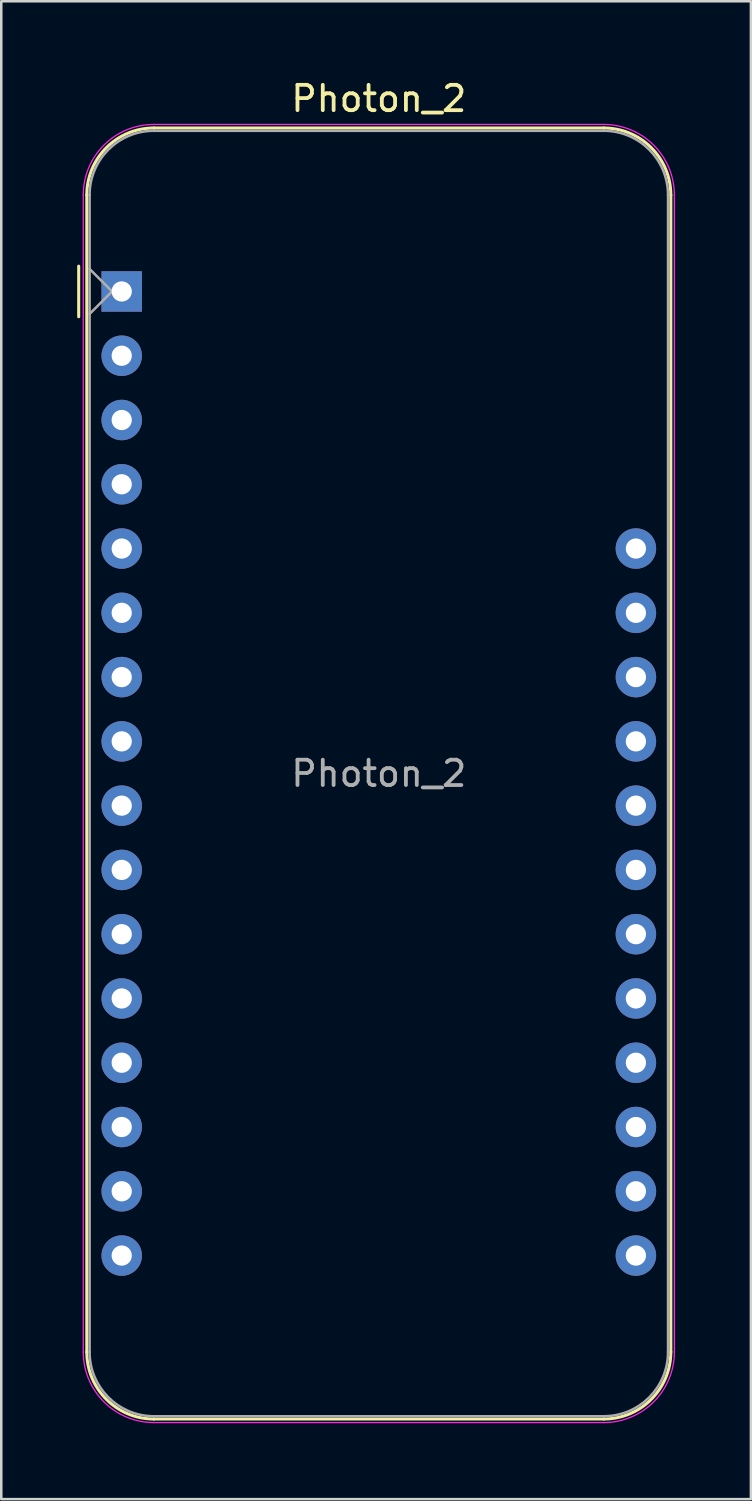
<source format=kicad_pcb>
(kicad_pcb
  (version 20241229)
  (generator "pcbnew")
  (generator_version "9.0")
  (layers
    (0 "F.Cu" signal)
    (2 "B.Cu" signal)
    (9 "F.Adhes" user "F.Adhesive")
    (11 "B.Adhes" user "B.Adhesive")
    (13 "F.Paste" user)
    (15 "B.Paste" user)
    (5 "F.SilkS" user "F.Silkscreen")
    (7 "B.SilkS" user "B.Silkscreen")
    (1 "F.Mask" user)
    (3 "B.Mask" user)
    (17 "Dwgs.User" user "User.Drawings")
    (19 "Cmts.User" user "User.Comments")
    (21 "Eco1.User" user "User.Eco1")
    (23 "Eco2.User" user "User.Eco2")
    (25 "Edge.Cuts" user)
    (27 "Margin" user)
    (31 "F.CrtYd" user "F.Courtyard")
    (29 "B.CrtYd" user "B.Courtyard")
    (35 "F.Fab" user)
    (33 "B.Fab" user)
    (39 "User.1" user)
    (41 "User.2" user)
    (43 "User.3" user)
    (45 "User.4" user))
  (footprint "Photon_2"
    (layer "F.Cu")
    (at 1.76 8.468)
    (property "Reference" "Photon_2" (at 10.16 -7.62 0) (layer "F.SilkS") (effects (font (size 1 1) (thickness 0.15))))
    (attr through_hole)
    (fp_line (start -1.7 1) (end -1.7 -1) (stroke (width 0.12) (type solid)) (layer "F.SilkS"))
    (fp_line (start -1.38 -3.81) (end -1.38 41.91) (stroke (width 0.12) (type solid)) (layer "F.SilkS"))
    (fp_line (start 19.05 -6.46) (end 1.27 -6.46) (stroke (width 0.12) (type solid)) (layer "F.SilkS"))
    (fp_line (start 19.05 44.56) (end 1.27 44.56) (stroke (width 0.12) (type solid)) (layer "F.SilkS"))
    (fp_line (start 21.7 -3.81) (end 21.7 41.91) (stroke (width 0.12) (type solid)) (layer "F.SilkS"))
    (fp_arc (start -1.38 -3.81) (mid -0.603833 -5.683833) (end 1.27 -6.46) (stroke (width 0.12) (type solid)) (layer "F.SilkS"))
    (fp_arc (start 1.27 44.56) (mid -0.603833 43.783833) (end -1.38 41.91) (stroke (width 0.12) (type solid)) (layer "F.SilkS"))
    (fp_arc (start 19.05 -6.46) (mid 20.923833 -5.683833) (end 21.7 -3.81) (stroke (width 0.12) (type solid)) (layer "F.SilkS"))
    (fp_arc (start 21.7 41.91) (mid 20.923833 43.783833) (end 19.05 44.56) (stroke (width 0.12) (type solid)) (layer "F.SilkS"))
    (fp_line (start -1.52 41.91) (end -1.52 -3.81) (stroke (width 0.05) (type solid)) (layer "F.CrtYd"))
    (fp_line (start 19.05 -6.6) (end 1.27 -6.6) (stroke (width 0.05) (type solid)) (layer "F.CrtYd"))
    (fp_line (start 19.05 44.7) (end 1.27 44.7) (stroke (width 0.05) (type solid)) (layer "F.CrtYd"))
    (fp_line (start 21.84 41.91) (end 21.84 -3.81) (stroke (width 0.05) (type solid)) (layer "F.CrtYd"))
    (fp_arc (start -1.52 -3.81) (mid -0.702828 -5.782828) (end 1.27 -6.6) (stroke (width 0.05) (type solid)) (layer "F.CrtYd"))
    (fp_arc (start 1.27 44.7) (mid -0.702828 43.882828) (end -1.52 41.91) (stroke (width 0.05) (type solid)) (layer "F.CrtYd"))
    (fp_arc (start 19.05 -6.6) (mid 21.022828 -5.782828) (end 21.84 -3.81) (stroke (width 0.05) (type solid)) (layer "F.CrtYd"))
    (fp_arc (start 21.84 41.91) (mid 21.022828 43.882828) (end 19.05 44.7) (stroke (width 0.05) (type solid)) (layer "F.CrtYd"))
    (fp_line (start -1.27 -3.81) (end -1.27 41.91) (stroke (width 0.1) (type solid)) (layer "F.Fab"))
    (fp_line (start -1.27 -0.889) (end -0.381 0) (stroke (width 0.1) (type solid)) (layer "F.Fab"))
    (fp_line (start -0.381 0) (end -1.27 0.889) (stroke (width 0.1) (type solid)) (layer "F.Fab"))
    (fp_line (start 1.27 44.45) (end 19.05 44.45) (stroke (width 0.1) (type solid)) (layer "F.Fab"))
    (fp_line (start 19.05 -6.35) (end 1.27 -6.35) (stroke (width 0.1) (type solid)) (layer "F.Fab"))
    (fp_line (start 21.59 41.91) (end 21.59 -3.81) (stroke (width 0.1) (type solid)) (layer "F.Fab"))
    (fp_arc (start -1.27 -3.81) (mid -0.526051 -5.606051) (end 1.27 -6.35) (stroke (width 0.1) (type solid)) (layer "F.Fab"))
    (fp_arc (start 1.221238 44.449532) (mid -0.543209 43.688728) (end -1.27 41.91) (stroke (width 0.1) (type solid)) (layer "F.Fab"))
    (fp_arc (start 19.05 -6.35) (mid 20.846051 -5.606051) (end 21.59 -3.81) (stroke (width 0.1) (type solid)) (layer "F.Fab"))
    (fp_arc (start 21.59 41.91) (mid 20.846051 43.706051) (end 19.05 44.45) (stroke (width 0.1) (type solid)) (layer "F.Fab"))
    (fp_text user "${REFERENCE}" (at 10.16 19.05 180) (layer "F.Fab") (effects (font (size 1 1) (thickness 0.15))))
    (pad "1" thru_hole rect (at 0 0 180) (size 1.6 1.6) (drill 0.8) (layers "*.Cu" "*.Mask"))
    (pad "2" thru_hole circle (at 0 2.54 180) (size 1.6 1.6) (drill 0.8) (layers "*.Cu" "*.Mask"))
    (pad "3" thru_hole circle (at 0 5.08 180) (size 1.6 1.6) (drill 0.8) (layers "*.Cu" "*.Mask"))
    (pad "4" thru_hole circle (at 0 7.62 180) (size 1.6 1.6) (drill 0.8) (layers "*.Cu" "*.Mask"))
    (pad "5" thru_hole circle (at 0 10.16 180) (size 1.6 1.6) (drill 0.8) (layers "*.Cu" "*.Mask"))
    (pad "6" thru_hole circle (at 0 12.7 180) (size 1.6 1.6) (drill 0.8) (layers "*.Cu" "*.Mask"))
    (pad "7" thru_hole circle (at 0 15.24 180) (size 1.6 1.6) (drill 0.8) (layers "*.Cu" "*.Mask"))
    (pad "8" thru_hole circle (at 0 17.78 180) (size 1.6 1.6) (drill 0.8) (layers "*.Cu" "*.Mask"))
    (pad "9" thru_hole circle (at 0 20.32 180) (size 1.6 1.6) (drill 0.8) (layers "*.Cu" "*.Mask"))
    (pad "10" thru_hole circle (at 0 22.86 180) (size 1.6 1.6) (drill 0.8) (layers "*.Cu" "*.Mask"))
    (pad "11" thru_hole circle (at 0 25.4 180) (size 1.6 1.6) (drill 0.8) (layers "*.Cu" "*.Mask"))
    (pad "12" thru_hole circle (at 0 27.94 180) (size 1.6 1.6) (drill 0.8) (layers "*.Cu" "*.Mask"))
    (pad "13" thru_hole circle (at 0 30.48 180) (size 1.6 1.6) (drill 0.8) (layers "*.Cu" "*.Mask"))
    (pad "14" thru_hole circle (at 0 33.02 180) (size 1.6 1.6) (drill 0.8) (layers "*.Cu" "*.Mask"))
    (pad "15" thru_hole circle (at 0 35.56 180) (size 1.6 1.6) (drill 0.8) (layers "*.Cu" "*.Mask"))
    (pad "16" thru_hole circle (at 0 38.1 180) (size 1.6 1.6) (drill 0.8) (layers "*.Cu" "*.Mask"))
    (pad "17" thru_hole circle (at 20.32 38.1 180) (size 1.6 1.6) (drill 0.8) (layers "*.Cu" "*.Mask"))
    (pad "18" thru_hole circle (at 20.32 35.56 180) (size 1.6 1.6) (drill 0.8) (layers "*.Cu" "*.Mask"))
    (pad "19" thru_hole circle (at 20.32 33.02 180) (size 1.6 1.6) (drill 0.8) (layers "*.Cu" "*.Mask"))
    (pad "20" thru_hole circle (at 20.32 30.48 180) (size 1.6 1.6) (drill 0.8) (layers "*.Cu" "*.Mask"))
    (pad "21" thru_hole circle (at 20.32 27.94 180) (size 1.6 1.6) (drill 0.8) (layers "*.Cu" "*.Mask"))
    (pad "22" thru_hole circle (at 20.32 25.4 180) (size 1.6 1.6) (drill 0.8) (layers "*.Cu" "*.Mask"))
    (pad "23" thru_hole circle (at 20.32 22.86 180) (size 1.6 1.6) (drill 0.8) (layers "*.Cu" "*.Mask"))
    (pad "24" thru_hole circle (at 20.32 20.32 180) (size 1.6 1.6) (drill 0.8) (layers "*.Cu" "*.Mask"))
    (pad "25" thru_hole circle (at 20.32 17.78 180) (size 1.6 1.6) (drill 0.8) (layers "*.Cu" "*.Mask"))
    (pad "26" thru_hole circle (at 20.32 15.24 180) (size 1.6 1.6) (drill 0.8) (layers "*.Cu" "*.Mask"))
    (pad "27" thru_hole circle (at 20.32 12.7 180) (size 1.6 1.6) (drill 0.8) (layers "*.Cu" "*.Mask"))
    (pad "28" thru_hole circle (at 20.32 10.16 180) (size 1.6 1.6) (drill 0.8) (layers "*.Cu" "*.Mask")))
  (gr_rect
    (start -3 -3)
    (end 26.625 56.193)
    (stroke (width 0.1) (type default))
    (fill no)
    (layer "Edge.Cuts")))
</source>
